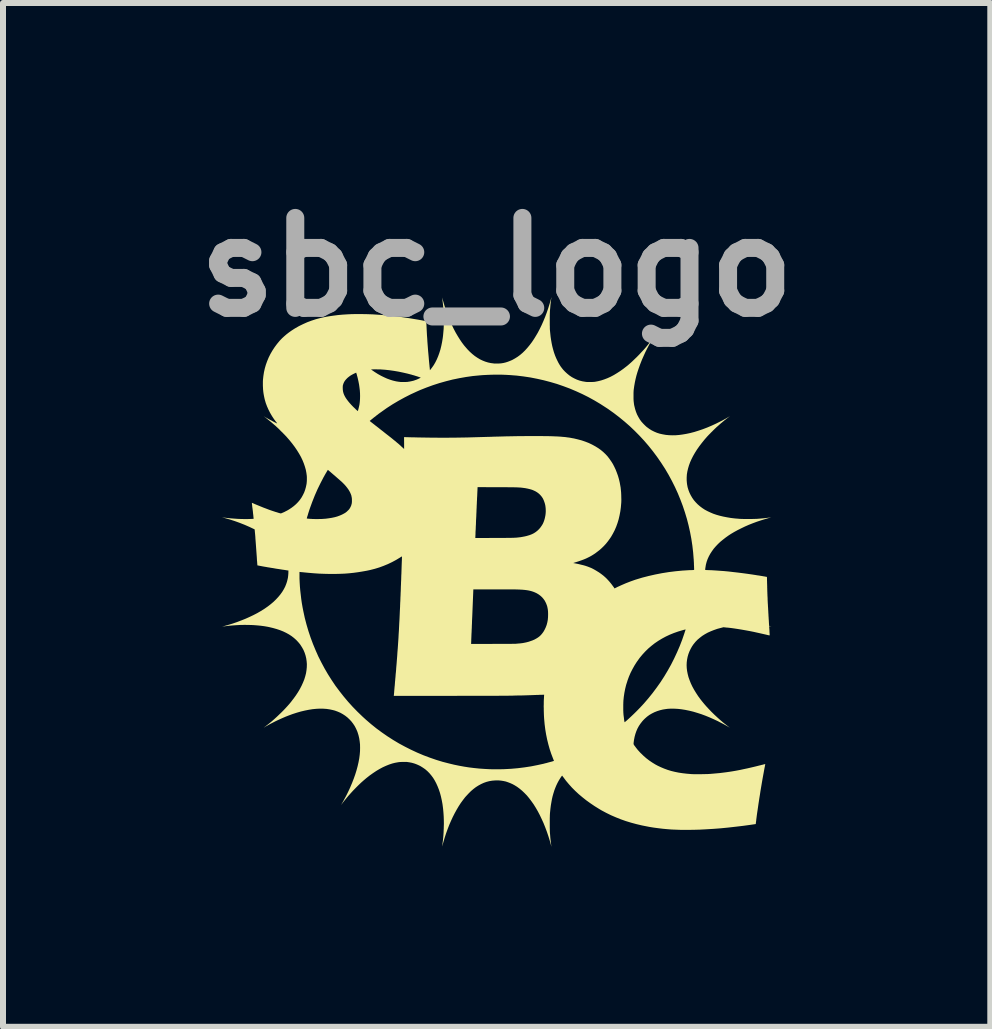
<source format=kicad_pcb>
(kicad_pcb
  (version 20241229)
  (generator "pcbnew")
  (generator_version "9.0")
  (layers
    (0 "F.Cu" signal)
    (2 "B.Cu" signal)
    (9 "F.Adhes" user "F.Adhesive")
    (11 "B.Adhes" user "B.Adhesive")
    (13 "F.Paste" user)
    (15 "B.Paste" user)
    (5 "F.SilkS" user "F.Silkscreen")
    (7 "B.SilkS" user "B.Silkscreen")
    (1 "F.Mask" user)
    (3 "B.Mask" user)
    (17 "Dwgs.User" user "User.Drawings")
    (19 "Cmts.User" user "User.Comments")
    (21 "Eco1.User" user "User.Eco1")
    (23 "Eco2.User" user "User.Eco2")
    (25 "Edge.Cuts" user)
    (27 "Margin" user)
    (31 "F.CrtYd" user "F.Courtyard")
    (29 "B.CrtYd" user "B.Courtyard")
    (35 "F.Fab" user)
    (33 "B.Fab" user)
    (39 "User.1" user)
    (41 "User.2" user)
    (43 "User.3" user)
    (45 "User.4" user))
  (footprint "sbc_logo"
    (layer "F.Cu")
    (at 5.229 6.484)
    (property "Reference" "sbc_logo" (at 0 -5.08 0) (layer "F.Fab") (effects (font (size 1.5 1.5) (thickness 0.3))))
    (attr board_only exclude_from_pos_files exclude_from_bom)
    (fp_poly (pts (xy -3.881 -2.595) (xy -3.882 -2.594) (xy -3.883 -2.595) (xy -3.882 -2.596)) (stroke (width 0) (type solid)) (fill yes) (layer "F.SilkS"))
    (fp_poly (pts (xy -3.881 2.595) (xy -3.882 2.596) (xy -3.883 2.595) (xy -3.882 2.594)) (stroke (width 0) (type solid)) (fill yes) (layer "F.SilkS"))
    (fp_poly (pts (xy 0.914 -4.58) (xy 0.913 -4.579) (xy 0.912 -4.58) (xy 0.913 -4.581)) (stroke (width 0) (type solid)) (fill yes) (layer "F.SilkS"))
    (fp_poly (pts (xy 0.914 4.58) (xy 0.913 4.581) (xy 0.912 4.58) (xy 0.913 4.579)) (stroke (width 0) (type solid)) (fill yes) (layer "F.SilkS"))
    (fp_poly (pts (xy 2.598 -3.884) (xy 2.597 -3.883) (xy 2.596 -3.884) (xy 2.597 -3.885)) (stroke (width 0) (type solid)) (fill yes) (layer "F.SilkS"))
    (fp_poly (pts (xy 4.581 -0.911) (xy 4.58 -0.91) (xy 4.579 -0.91) (xy 4.578 -0.911) (xy 4.578 -0.911) (xy 4.58 -0.911)) (stroke (width 0) (type solid)) (fill yes) (layer "F.SilkS"))
    (fp_poly (pts (xy 4.581 0.911) (xy 4.58 0.912) (xy 4.579 0.912) (xy 4.578 0.911) (xy 4.578 0.911) (xy 4.58 0.91)) (stroke (width 0) (type solid)) (fill yes) (layer "F.SilkS"))
    (fp_poly (pts (xy 0.912 -4.576) (xy 0.912 -4.573) (xy 0.911 -4.567) (xy 0.91 -4.559) (xy 0.908 -4.549) (xy 0.908 -4.547) (xy 0.904 -4.517) (xy 0.9 -4.484) (xy 0.896 -4.449) (xy 0.893 -4.41) (xy 0.889 -4.367) (xy 0.887 -4.342) (xy 0.887 -4.331) (xy 0.886 -4.316) (xy 0.886 -4.299) (xy 0.885 -4.279) (xy 0.885 -4.257) (xy 0.885 -4.233) (xy 0.885 -4.209) (xy 0.885 -4.185) (xy 0.885 -4.16) (xy 0.885 -4.136) (xy 0.885 -4.114) (xy 0.886 -4.093) (xy 0.886 -4.074) (xy 0.886 -4.058) (xy 0.887 -4.045) (xy 0.887 -4.038) (xy 0.893 -3.978) (xy 0.899 -3.921) (xy 0.907 -3.867) (xy 0.916 -3.815) (xy 0.926 -3.766) (xy 0.938 -3.719) (xy 0.951 -3.673) (xy 0.959 -3.648) (xy 0.974 -3.606) (xy 0.991 -3.565) (xy 1.01 -3.525) (xy 1.029 -3.487) (xy 1.05 -3.451) (xy 1.071 -3.419) (xy 1.075 -3.414) (xy 1.106 -3.374) (xy 1.14 -3.338) (xy 1.176 -3.305) (xy 1.213 -3.275) (xy 1.253 -3.248) (xy 1.294 -3.226) (xy 1.337 -3.206) (xy 1.382 -3.19) (xy 1.429 -3.178) (xy 1.477 -3.17) (xy 1.489 -3.168) (xy 1.503 -3.167) (xy 1.519 -3.166) (xy 1.538 -3.166) (xy 1.558 -3.166) (xy 1.578 -3.166) (xy 1.597 -3.167) (xy 1.615 -3.168) (xy 1.63 -3.169) (xy 1.638 -3.17) (xy 1.69 -3.18) (xy 1.742 -3.193) (xy 1.794 -3.21) (xy 1.846 -3.23) (xy 1.899 -3.254) (xy 1.952 -3.282) (xy 2.005 -3.314) (xy 2.059 -3.349) (xy 2.111 -3.386) (xy 2.138 -3.407) (xy 2.164 -3.427) (xy 2.189 -3.447) (xy 2.213 -3.468) (xy 2.237 -3.489) (xy 2.262 -3.512) (xy 2.288 -3.537) (xy 2.316 -3.564) (xy 2.337 -3.584) (xy 2.378 -3.626) (xy 2.415 -3.666) (xy 2.451 -3.704) (xy 2.485 -3.743) (xy 2.517 -3.782) (xy 2.548 -3.821) (xy 2.576 -3.858) (xy 2.583 -3.866) (xy 2.588 -3.873) (xy 2.592 -3.878) (xy 2.594 -3.881) (xy 2.595 -3.881) (xy 2.594 -3.88) (xy 2.591 -3.875) (xy 2.587 -3.868) (xy 2.582 -3.86) (xy 2.577 -3.85) (xy 2.544 -3.792) (xy 2.512 -3.731) (xy 2.48 -3.668) (xy 2.451 -3.604) (xy 2.423 -3.541) (xy 2.398 -3.478) (xy 2.388 -3.452) (xy 2.366 -3.39) (xy 2.346 -3.33) (xy 2.329 -3.272) (xy 2.315 -3.215) (xy 2.303 -3.158) (xy 2.293 -3.101) (xy 2.285 -3.044) (xy 2.284 -3.036) (xy 2.283 -3.025) (xy 2.282 -3.014) (xy 2.282 -3.002) (xy 2.281 -2.988) (xy 2.281 -2.972) (xy 2.281 -2.953) (xy 2.281 -2.932) (xy 2.281 -2.906) (xy 2.281 -2.884) (xy 2.282 -2.864) (xy 2.283 -2.847) (xy 2.285 -2.83) (xy 2.287 -2.814) (xy 2.289 -2.797) (xy 2.292 -2.779) (xy 2.295 -2.767) (xy 2.307 -2.717) (xy 2.322 -2.67) (xy 2.34 -2.625) (xy 2.362 -2.583) (xy 2.386 -2.542) (xy 2.414 -2.504) (xy 2.425 -2.492) (xy 2.435 -2.481) (xy 2.447 -2.468) (xy 2.46 -2.455) (xy 2.474 -2.441) (xy 2.487 -2.429) (xy 2.499 -2.418) (xy 2.506 -2.413) (xy 2.544 -2.385) (xy 2.584 -2.36) (xy 2.626 -2.339) (xy 2.671 -2.32) (xy 2.718 -2.305) (xy 2.768 -2.294) (xy 2.819 -2.285) (xy 2.872 -2.28) (xy 2.928 -2.278) (xy 2.985 -2.279) (xy 3.045 -2.284) (xy 3.096 -2.291) (xy 3.161 -2.302) (xy 3.227 -2.316) (xy 3.296 -2.334) (xy 3.366 -2.356) (xy 3.437 -2.38) (xy 3.51 -2.408) (xy 3.583 -2.439) (xy 3.657 -2.473) (xy 3.709 -2.499) (xy 3.737 -2.513) (xy 3.765 -2.527) (xy 3.792 -2.542) (xy 3.818 -2.556) (xy 3.842 -2.57) (xy 3.864 -2.583) (xy 3.881 -2.593) (xy 3.885 -2.595) (xy 3.885 -2.595) (xy 3.884 -2.594) (xy 3.879 -2.59) (xy 3.872 -2.585) (xy 3.862 -2.577) (xy 3.858 -2.575) (xy 3.829 -2.552) (xy 3.797 -2.527) (xy 3.765 -2.5) (xy 3.732 -2.473) (xy 3.701 -2.445) (xy 3.67 -2.418) (xy 3.665 -2.414) (xy 3.654 -2.403) (xy 3.64 -2.39) (xy 3.625 -2.375) (xy 3.609 -2.36) (xy 3.593 -2.343) (xy 3.576 -2.327) (xy 3.56 -2.31) (xy 3.545 -2.295) (xy 3.531 -2.281) (xy 3.52 -2.269) (xy 3.513 -2.262) (xy 3.464 -2.206) (xy 3.419 -2.15) (xy 3.377 -2.095) (xy 3.339 -2.041) (xy 3.305 -1.987) (xy 3.274 -1.933) (xy 3.247 -1.88) (xy 3.224 -1.828) (xy 3.205 -1.776) (xy 3.19 -1.725) (xy 3.178 -1.674) (xy 3.17 -1.624) (xy 3.167 -1.575) (xy 3.167 -1.527) (xy 3.171 -1.48) (xy 3.174 -1.458) (xy 3.183 -1.411) (xy 3.197 -1.365) (xy 3.214 -1.321) (xy 3.235 -1.278) (xy 3.259 -1.237) (xy 3.286 -1.198) (xy 3.317 -1.162) (xy 3.351 -1.127) (xy 3.388 -1.095) (xy 3.428 -1.065) (xy 3.469 -1.038) (xy 3.514 -1.014) (xy 3.561 -0.992) (xy 3.61 -0.971) (xy 3.663 -0.953) (xy 3.719 -0.937) (xy 3.778 -0.923) (xy 3.84 -0.911) (xy 3.905 -0.9) (xy 3.973 -0.892) (xy 4.046 -0.886) (xy 4.05 -0.885) (xy 4.062 -0.885) (xy 4.077 -0.884) (xy 4.095 -0.884) (xy 4.116 -0.883) (xy 4.138 -0.883) (xy 4.161 -0.883) (xy 4.186 -0.883) (xy 4.21 -0.883) (xy 4.234 -0.883) (xy 4.257 -0.883) (xy 4.278 -0.884) (xy 4.298 -0.884) (xy 4.315 -0.885) (xy 4.329 -0.885) (xy 4.332 -0.885) (xy 4.369 -0.888) (xy 4.404 -0.891) (xy 4.439 -0.894) (xy 4.472 -0.897) (xy 4.502 -0.901) (xy 4.53 -0.904) (xy 4.543 -0.906) (xy 4.553 -0.907) (xy 4.562 -0.909) (xy 4.569 -0.909) (xy 4.573 -0.91) (xy 4.573 -0.91) (xy 4.572 -0.909) (xy 4.568 -0.908) (xy 4.561 -0.906) (xy 4.552 -0.903) (xy 4.542 -0.901) (xy 4.473 -0.881) (xy 4.405 -0.86) (xy 4.336 -0.837) (xy 4.269 -0.812) (xy 4.203 -0.786) (xy 4.139 -0.758) (xy 4.077 -0.728) (xy 4.017 -0.698) (xy 3.96 -0.667) (xy 3.906 -0.635) (xy 3.866 -0.609) (xy 3.817 -0.574) (xy 3.771 -0.538) (xy 3.727 -0.502) (xy 3.687 -0.464) (xy 3.651 -0.426) (xy 3.619 -0.389) (xy 3.588 -0.346) (xy 3.56 -0.303) (xy 3.536 -0.259) (xy 3.516 -0.215) (xy 3.5 -0.17) (xy 3.488 -0.124) (xy 3.486 -0.116) (xy 3.485 -0.107) (xy 3.483 -0.095) (xy 3.481 -0.082) (xy 3.479 -0.07) (xy 3.477 -0.058) (xy 3.476 -0.047) (xy 3.476 -0.04) (xy 3.475 -0.037) (xy 3.476 -0.035) (xy 3.476 -0.034) (xy 3.478 -0.034) (xy 3.481 -0.033) (xy 3.487 -0.033) (xy 3.495 -0.032) (xy 3.506 -0.032) (xy 3.52 -0.031) (xy 3.52 -0.031) (xy 3.583 -0.029) (xy 3.648 -0.025) (xy 3.717 -0.02) (xy 3.789 -0.015) (xy 3.863 -0.008) (xy 3.94 0.001) (xy 4.019 0.01) (xy 4.099 0.02) (xy 4.181 0.031) (xy 4.264 0.043) (xy 4.334 0.054) (xy 4.351 0.057) (xy 4.369 0.059) (xy 4.387 0.062) (xy 4.405 0.065) (xy 4.423 0.068) (xy 4.44 0.071) (xy 4.456 0.074) (xy 4.471 0.076) (xy 4.483 0.079) (xy 4.493 0.08) (xy 4.5 0.082) (xy 4.504 0.083) (xy 4.505 0.083) (xy 4.505 0.085) (xy 4.505 0.09) (xy 4.505 0.099) (xy 4.506 0.111) (xy 4.506 0.126) (xy 4.506 0.143) (xy 4.507 0.162) (xy 4.507 0.182) (xy 4.508 0.204) (xy 4.508 0.21) (xy 4.509 0.237) (xy 4.509 0.261) (xy 4.51 0.281) (xy 4.51 0.3) (xy 4.511 0.316) (xy 4.511 0.331) (xy 4.512 0.345) (xy 4.512 0.359) (xy 4.513 0.373) (xy 4.513 0.387) (xy 4.514 0.403) (xy 4.515 0.421) (xy 4.516 0.441) (xy 4.516 0.458) (xy 4.517 0.477) (xy 4.518 0.499) (xy 4.519 0.522) (xy 4.521 0.547) (xy 4.522 0.573) (xy 4.524 0.599) (xy 4.525 0.626) (xy 4.527 0.654) (xy 4.528 0.681) (xy 4.53 0.708) (xy 4.531 0.735) (xy 4.533 0.76) (xy 4.534 0.784) (xy 4.536 0.807) (xy 4.537 0.828) (xy 4.538 0.847) (xy 4.539 0.863) (xy 4.54 0.877) (xy 4.541 0.888) (xy 4.542 0.895) (xy 4.542 0.899) (xy 4.542 0.9) (xy 4.545 0.901) (xy 4.55 0.902) (xy 4.557 0.905) (xy 4.56 0.905) (xy 4.568 0.907) (xy 4.572 0.909) (xy 4.573 0.909) (xy 4.57 0.909) (xy 4.565 0.909) (xy 4.558 0.908) (xy 4.551 0.907) (xy 4.548 0.907) (xy 4.541 0.905) (xy 4.542 0.918) (xy 4.543 0.927) (xy 4.544 0.939) (xy 4.545 0.952) (xy 4.546 0.966) (xy 4.547 0.981) (xy 4.547 0.996) (xy 4.548 1.01) (xy 4.549 1.024) (xy 4.55 1.036) (xy 4.55 1.046) (xy 4.55 1.053) (xy 4.55 1.057) (xy 4.55 1.058) (xy 4.548 1.057) (xy 4.543 1.056) (xy 4.534 1.055) (xy 4.524 1.053) (xy 4.512 1.05) (xy 4.509 1.049) (xy 4.43 1.031) (xy 4.354 1.014) (xy 4.282 0.998) (xy 4.212 0.984) (xy 4.146 0.972) (xy 4.083 0.961) (xy 4.022 0.951) (xy 3.963 0.942) (xy 3.906 0.934) (xy 3.852 0.928) (xy 3.835 0.927) (xy 3.78 0.921) (xy 3.739 0.932) (xy 3.678 0.948) (xy 3.621 0.968) (xy 3.568 0.989) (xy 3.517 1.012) (xy 3.47 1.038) (xy 3.426 1.066) (xy 3.386 1.097) (xy 3.348 1.129) (xy 3.314 1.164) (xy 3.284 1.201) (xy 3.282 1.203) (xy 3.256 1.241) (xy 3.233 1.282) (xy 3.213 1.324) (xy 3.196 1.368) (xy 3.183 1.413) (xy 3.174 1.458) (xy 3.168 1.505) (xy 3.166 1.553) (xy 3.168 1.601) (xy 3.174 1.651) (xy 3.184 1.701) (xy 3.197 1.752) (xy 3.215 1.803) (xy 3.236 1.856) (xy 3.261 1.909) (xy 3.29 1.962) (xy 3.323 2.016) (xy 3.359 2.071) (xy 3.367 2.082) (xy 3.397 2.123) (xy 3.428 2.162) (xy 3.461 2.202) (xy 3.496 2.242) (xy 3.534 2.283) (xy 3.574 2.325) (xy 3.581 2.332) (xy 3.632 2.382) (xy 3.683 2.429) (xy 3.732 2.473) (xy 3.782 2.515) (xy 3.833 2.555) (xy 3.854 2.571) (xy 3.866 2.58) (xy 3.875 2.587) (xy 3.881 2.592) (xy 3.884 2.594) (xy 3.885 2.595) (xy 3.884 2.595) (xy 3.881 2.593) (xy 3.86 2.58) (xy 3.835 2.566) (xy 3.808 2.551) (xy 3.78 2.535) (xy 3.75 2.52) (xy 3.719 2.504) (xy 3.689 2.488) (xy 3.659 2.474) (xy 3.631 2.461) (xy 3.623 2.457) (xy 3.551 2.425) (xy 3.48 2.396) (xy 3.41 2.37) (xy 3.341 2.348) (xy 3.274 2.328) (xy 3.208 2.312) (xy 3.144 2.299) (xy 3.082 2.289) (xy 3.021 2.282) (xy 2.963 2.279) (xy 2.906 2.278) (xy 2.852 2.281) (xy 2.821 2.285) (xy 2.77 2.293) (xy 2.721 2.305) (xy 2.674 2.32) (xy 2.629 2.338) (xy 2.587 2.359) (xy 2.546 2.383) (xy 2.509 2.41) (xy 2.504 2.414) (xy 2.493 2.424) (xy 2.479 2.436) (xy 2.465 2.449) (xy 2.451 2.463) (xy 2.438 2.477) (xy 2.427 2.489) (xy 2.425 2.492) (xy 2.396 2.529) (xy 2.37 2.568) (xy 2.347 2.61) (xy 2.328 2.654) (xy 2.312 2.7) (xy 2.299 2.748) (xy 2.289 2.799) (xy 2.283 2.844) (xy 2.282 2.853) (xy 2.282 2.86) (xy 2.282 2.865) (xy 2.283 2.87) (xy 2.284 2.876) (xy 2.288 2.881) (xy 2.292 2.888) (xy 2.298 2.897) (xy 2.307 2.908) (xy 2.311 2.914) (xy 2.327 2.935) (xy 2.341 2.953) (xy 2.355 2.97) (xy 2.37 2.986) (xy 2.385 3.003) (xy 2.402 3.021) (xy 2.406 3.024) (xy 2.45 3.067) (xy 2.495 3.106) (xy 2.542 3.142) (xy 2.592 3.176) (xy 2.644 3.208) (xy 2.685 3.23) (xy 2.738 3.255) (xy 2.793 3.278) (xy 2.85 3.299) (xy 2.909 3.317) (xy 2.971 3.332) (xy 3.035 3.345) (xy 3.102 3.355) (xy 3.172 3.363) (xy 3.244 3.369) (xy 3.256 3.37) (xy 3.271 3.37) (xy 3.288 3.371) (xy 3.309 3.371) (xy 3.332 3.371) (xy 3.356 3.371) (xy 3.381 3.371) (xy 3.407 3.371) (xy 3.433 3.37) (xy 3.459 3.37) (xy 3.483 3.369) (xy 3.505 3.369) (xy 3.525 3.368) (xy 3.541 3.367) (xy 3.547 3.367) (xy 3.606 3.362) (xy 3.662 3.357) (xy 3.718 3.352) (xy 3.774 3.345) (xy 3.829 3.338) (xy 3.885 3.33) (xy 3.941 3.321) (xy 3.998 3.311) (xy 4.056 3.3) (xy 4.116 3.287) (xy 4.178 3.274) (xy 4.243 3.259) (xy 4.311 3.243) (xy 4.382 3.225) (xy 4.4 3.221) (xy 4.417 3.216) (xy 4.433 3.213) (xy 4.446 3.209) (xy 4.458 3.206) (xy 4.467 3.204) (xy 4.474 3.203) (xy 4.477 3.202) (xy 4.477 3.202) (xy 4.477 3.204) (xy 4.476 3.21) (xy 4.474 3.218) (xy 4.472 3.229) (xy 4.47 3.242) (xy 4.467 3.256) (xy 4.466 3.26) (xy 4.458 3.303) (xy 4.45 3.348) (xy 4.441 3.396) (xy 4.432 3.446) (xy 4.423 3.498) (xy 4.414 3.551) (xy 4.405 3.604) (xy 4.396 3.658) (xy 4.388 3.712) (xy 4.379 3.766) (xy 4.371 3.819) (xy 4.363 3.871) (xy 4.356 3.921) (xy 4.349 3.969) (xy 4.342 4.015) (xy 4.336 4.058) (xy 4.331 4.098) (xy 4.327 4.128) (xy 4.326 4.143) (xy 4.324 4.157) (xy 4.322 4.169) (xy 4.321 4.18) (xy 4.32 4.188) (xy 4.32 4.191) (xy 4.318 4.202) (xy 4.237 4.214) (xy 4.106 4.232) (xy 3.978 4.247) (xy 3.854 4.261) (xy 3.732 4.273) (xy 3.614 4.282) (xy 3.498 4.289) (xy 3.386 4.295) (xy 3.276 4.298) (xy 3.169 4.299) (xy 3.159 4.299) (xy 3.075 4.299) (xy 2.995 4.296) (xy 2.917 4.293) (xy 2.841 4.287) (xy 2.766 4.28) (xy 2.692 4.271) (xy 2.617 4.261) (xy 2.543 4.249) (xy 2.518 4.244) (xy 2.422 4.225) (xy 2.329 4.203) (xy 2.24 4.179) (xy 2.152 4.152) (xy 2.067 4.122) (xy 1.985 4.089) (xy 1.904 4.054) (xy 1.825 4.015) (xy 1.748 3.974) (xy 1.706 3.949) (xy 1.632 3.903) (xy 1.561 3.855) (xy 1.493 3.806) (xy 1.429 3.755) (xy 1.367 3.703) (xy 1.309 3.649) (xy 1.254 3.594) (xy 1.203 3.537) (xy 1.155 3.48) (xy 1.112 3.422) (xy 1.105 3.414) (xy 1.1 3.406) (xy 1.095 3.4) (xy 1.093 3.396) (xy 1.092 3.395) (xy 1.09 3.396) (xy 1.087 3.399) (xy 1.082 3.405) (xy 1.076 3.413) (xy 1.075 3.414) (xy 1.054 3.446) (xy 1.033 3.481) (xy 1.013 3.518) (xy 0.994 3.558) (xy 0.977 3.599) (xy 0.961 3.641) (xy 0.959 3.648) (xy 0.945 3.693) (xy 0.932 3.739) (xy 0.921 3.787) (xy 0.912 3.838) (xy 0.903 3.89) (xy 0.896 3.945) (xy 0.89 4.004) (xy 0.887 4.038) (xy 0.887 4.049) (xy 0.886 4.063) (xy 0.886 4.081) (xy 0.885 4.101) (xy 0.885 4.122) (xy 0.885 4.145) (xy 0.885 4.17) (xy 0.885 4.194) (xy 0.885 4.219) (xy 0.885 4.243) (xy 0.885 4.265) (xy 0.886 4.287) (xy 0.886 4.306) (xy 0.886 4.322) (xy 0.887 4.336) (xy 0.887 4.342) (xy 0.891 4.387) (xy 0.894 4.428) (xy 0.898 4.465) (xy 0.902 4.499) (xy 0.906 4.531) (xy 0.908 4.547) (xy 0.909 4.557) (xy 0.911 4.566) (xy 0.911 4.572) (xy 0.912 4.576) (xy 0.912 4.576) (xy 0.911 4.575) (xy 0.91 4.571) (xy 0.908 4.564) (xy 0.906 4.555) (xy 0.905 4.551) (xy 0.884 4.476) (xy 0.861 4.402) (xy 0.836 4.328) (xy 0.809 4.256) (xy 0.781 4.186) (xy 0.75 4.118) (xy 0.719 4.053) (xy 0.686 3.99) (xy 0.652 3.931) (xy 0.617 3.875) (xy 0.615 3.872) (xy 0.578 3.82) (xy 0.541 3.771) (xy 0.503 3.725) (xy 0.463 3.684) (xy 0.423 3.646) (xy 0.382 3.612) (xy 0.34 3.581) (xy 0.298 3.555) (xy 0.263 3.536) (xy 0.225 3.519) (xy 0.188 3.505) (xy 0.153 3.493) (xy 0.116 3.485) (xy 0.08 3.479) (xy 0.041 3.475) (xy 0.019 3.474) (xy -0.029 3.475) (xy -0.077 3.479) (xy -0.124 3.487) (xy -0.17 3.499) (xy -0.215 3.515) (xy -0.259 3.535) (xy -0.303 3.559) (xy -0.346 3.586) (xy -0.388 3.618) (xy -0.429 3.653) (xy -0.469 3.693) (xy -0.509 3.736) (xy -0.527 3.756) (xy -0.563 3.803) (xy -0.599 3.852) (xy -0.634 3.906) (xy -0.667 3.962) (xy -0.7 4.022) (xy -0.732 4.085) (xy -0.762 4.15) (xy -0.791 4.217) (xy -0.818 4.287) (xy -0.844 4.359) (xy -0.868 4.433) (xy -0.89 4.508) (xy -0.901 4.547) (xy -0.904 4.557) (xy -0.906 4.566) (xy -0.908 4.571) (xy -0.909 4.574) (xy -0.909 4.573) (xy -0.904 4.535) (xy -0.899 4.499) (xy -0.895 4.466) (xy -0.892 4.434) (xy -0.889 4.404) (xy -0.887 4.373) (xy -0.885 4.342) (xy -0.884 4.31) (xy -0.882 4.275) (xy -0.882 4.257) (xy -0.88 4.197) (xy -0.881 4.137) (xy -0.883 4.076) (xy -0.887 4.016) (xy -0.892 3.959) (xy -0.894 3.94) (xy -0.903 3.871) (xy -0.915 3.806) (xy -0.929 3.743) (xy -0.945 3.683) (xy -0.964 3.626) (xy -0.985 3.573) (xy -1.008 3.522) (xy -1.033 3.475) (xy -1.06 3.431) (xy -1.09 3.391) (xy -1.122 3.353) (xy -1.156 3.319) (xy -1.192 3.288) (xy -1.231 3.261) (xy -1.271 3.236) (xy -1.291 3.226) (xy -1.317 3.214) (xy -1.341 3.204) (xy -1.365 3.195) (xy -1.388 3.188) (xy -1.413 3.181) (xy -1.433 3.177) (xy -1.454 3.173) (xy -1.475 3.17) (xy -1.495 3.167) (xy -1.517 3.166) (xy -1.541 3.166) (xy -1.565 3.166) (xy -1.588 3.167) (xy -1.608 3.168) (xy -1.626 3.169) (xy -1.644 3.172) (xy -1.662 3.175) (xy -1.682 3.179) (xy -1.691 3.18) (xy -1.742 3.193) (xy -1.793 3.21) (xy -1.845 3.231) (xy -1.898 3.255) (xy -1.952 3.284) (xy -2.006 3.316) (xy -2.06 3.352) (xy -2.115 3.391) (xy -2.17 3.434) (xy -2.216 3.473) (xy -2.259 3.511) (xy -2.302 3.552) (xy -2.346 3.596) (xy -2.39 3.641) (xy -2.433 3.688) (xy -2.475 3.735) (xy -2.514 3.782) (xy -2.552 3.829) (xy -2.574 3.858) (xy -2.581 3.867) (xy -2.586 3.874) (xy -2.59 3.88) (xy -2.593 3.883) (xy -2.593 3.883) (xy -2.593 3.884) (xy -2.593 3.883) (xy -2.592 3.881) (xy -2.59 3.878) (xy -2.587 3.872) (xy -2.583 3.865) (xy -2.577 3.855) (xy -2.569 3.842) (xy -2.568 3.838) (xy -2.55 3.808) (xy -2.532 3.774) (xy -2.513 3.739) (xy -2.494 3.702) (xy -2.476 3.665) (xy -2.459 3.629) (xy -2.443 3.594) (xy -2.441 3.589) (xy -2.41 3.516) (xy -2.382 3.444) (xy -2.357 3.373) (xy -2.336 3.305) (xy -2.318 3.238) (xy -2.303 3.172) (xy -2.291 3.109) (xy -2.283 3.047) (xy -2.278 2.988) (xy -2.277 2.93) (xy -2.278 2.874) (xy -2.284 2.82) (xy -2.292 2.769) (xy -2.304 2.719) (xy -2.319 2.671) (xy -2.325 2.655) (xy -2.345 2.61) (xy -2.367 2.568) (xy -2.393 2.529) (xy -2.422 2.491) (xy -2.454 2.457) (xy -2.488 2.425) (xy -2.525 2.396) (xy -2.565 2.37) (xy -2.606 2.347) (xy -2.65 2.328) (xy -2.696 2.311) (xy -2.73 2.302) (xy -2.781 2.291) (xy -2.834 2.283) (xy -2.89 2.279) (xy -2.947 2.278) (xy -3.006 2.281) (xy -3.068 2.287) (xy -3.131 2.297) (xy -3.196 2.31) (xy -3.264 2.326) (xy -3.333 2.346) (xy -3.404 2.369) (xy -3.474 2.395) (xy -3.515 2.411) (xy -3.557 2.429) (xy -3.6 2.448) (xy -3.644 2.468) (xy -3.688 2.489) (xy -3.731 2.511) (xy -3.772 2.532) (xy -3.811 2.554) (xy -3.847 2.574) (xy -3.858 2.581) (xy -3.867 2.587) (xy -3.874 2.59) (xy -3.878 2.593) (xy -3.879 2.593) (xy -3.877 2.591) (xy -3.872 2.587) (xy -3.864 2.581) (xy -3.853 2.573) (xy -3.85 2.57) (xy -3.802 2.533) (xy -3.754 2.494) (xy -3.707 2.453) (xy -3.66 2.41) (xy -3.612 2.364) (xy -3.594 2.347) (xy -3.556 2.309) (xy -3.521 2.272) (xy -3.488 2.236) (xy -3.457 2.201) (xy -3.428 2.166) (xy -3.4 2.129) (xy -3.388 2.114) (xy -3.348 2.059) (xy -3.312 2.004) (xy -3.28 1.95) (xy -3.252 1.896) (xy -3.228 1.843) (xy -3.207 1.791) (xy -3.191 1.739) (xy -3.178 1.688) (xy -3.17 1.637) (xy -3.165 1.587) (xy -3.164 1.538) (xy -3.164 1.534) (xy -3.168 1.485) (xy -3.175 1.438) (xy -3.186 1.392) (xy -3.201 1.346) (xy -3.219 1.303) (xy -3.242 1.261) (xy -3.268 1.22) (xy -3.278 1.205) (xy -3.309 1.168) (xy -3.342 1.133) (xy -3.379 1.1) (xy -3.419 1.069) (xy -3.462 1.041) (xy -3.509 1.015) (xy -3.559 0.991) (xy -3.612 0.97) (xy -3.669 0.951) (xy -3.729 0.934) (xy -3.792 0.919) (xy -3.816 0.914) (xy -3.873 0.904) (xy -3.934 0.896) (xy -3.997 0.89) (xy -4.063 0.885) (xy -4.131 0.883) (xy -4.2 0.882) (xy -4.27 0.883) (xy -4.341 0.887) (xy -4.411 0.892) (xy -4.457 0.896) (xy -4.472 0.898) (xy -4.488 0.899) (xy -4.506 0.902) (xy -4.524 0.904) (xy -4.541 0.906) (xy -4.557 0.908) (xy -4.57 0.91) (xy -4.575 0.911) (xy -4.576 0.911) (xy -4.573 0.91) (xy -4.567 0.908) (xy -4.559 0.906) (xy -4.551 0.904) (xy -4.476 0.883) (xy -4.401 0.86) (xy -4.328 0.835) (xy -4.257 0.808) (xy -4.187 0.78) (xy -4.12 0.75) (xy -4.055 0.719) (xy -3.993 0.687) (xy -3.934 0.653) (xy -3.879 0.619) (xy -3.867 0.611) (xy -3.814 0.574) (xy -3.765 0.536) (xy -3.719 0.497) (xy -3.678 0.457) (xy -3.64 0.416) (xy -3.606 0.375) (xy -3.575 0.332) (xy -3.549 0.289) (xy -3.526 0.245) (xy -3.508 0.2) (xy -3.495 0.161) (xy -3.487 0.129) (xy -3.48 0.098) (xy -3.476 0.066) (xy -3.473 0.032) (xy -3.472 0.014) (xy -3.472 -0.001) (xy -3.287 -0.001) (xy -3.287 0.048) (xy -3.287 0.11) (xy -3.284 0.175) (xy -3.28 0.241) (xy -3.274 0.31) (xy -3.266 0.379) (xy -3.258 0.449) (xy -3.248 0.518) (xy -3.236 0.587) (xy -3.223 0.653) (xy -3.199 0.765) (xy -3.17 0.876) (xy -3.138 0.985) (xy -3.102 1.093) (xy -3.062 1.2) (xy -3.019 1.304) (xy -2.973 1.408) (xy -2.922 1.509) (xy -2.869 1.608) (xy -2.812 1.706) (xy -2.751 1.802) (xy -2.688 1.896) (xy -2.62 1.987) (xy -2.55 2.076) (xy -2.477 2.163) (xy -2.4 2.248) (xy -2.32 2.33) (xy -2.237 2.41) (xy -2.18 2.462) (xy -2.094 2.536) (xy -2.006 2.607) (xy -1.915 2.674) (xy -1.821 2.739) (xy -1.726 2.8) (xy -1.629 2.858) (xy -1.529 2.912) (xy -1.428 2.963) (xy -1.325 3.011) (xy -1.221 3.055) (xy -1.115 3.095) (xy -1.008 3.132) (xy -0.9 3.165) (xy -0.791 3.193) (xy -0.708 3.213) (xy -0.625 3.23) (xy -0.543 3.245) (xy -0.46 3.258) (xy -0.377 3.268) (xy -0.291 3.277) (xy -0.203 3.283) (xy -0.113 3.288) (xy -0.105 3.288) (xy -0.094 3.288) (xy -0.08 3.289) (xy -0.063 3.289) (xy -0.044 3.289) (xy -0.023 3.289) (xy -0.001 3.289) (xy 0.021 3.289) (xy 0.043 3.289) (xy 0.064 3.289) (xy 0.083 3.288) (xy 0.101 3.288) (xy 0.115 3.288) (xy 0.125 3.287) (xy 0.239 3.281) (xy 0.352 3.271) (xy 0.464 3.257) (xy 0.575 3.24) (xy 0.685 3.218) (xy 0.785 3.196) (xy 0.806 3.19) (xy 0.829 3.185) (xy 0.852 3.178) (xy 0.875 3.172) (xy 0.897 3.166) (xy 0.917 3.161) (xy 0.934 3.156) (xy 0.942 3.153) (xy 0.955 3.149) (xy 0.938 3.106) (xy 0.909 3.03) (xy 0.883 2.952) (xy 0.861 2.873) (xy 0.841 2.792) (xy 0.824 2.709) (xy 0.81 2.624) (xy 0.799 2.537) (xy 0.791 2.447) (xy 0.788 2.398) (xy 0.787 2.37) (xy 0.786 2.339) (xy 0.785 2.306) (xy 0.785 2.271) (xy 0.784 2.249) (xy 2.11 2.249) (xy 2.11 2.27) (xy 2.11 2.291) (xy 2.11 2.311) (xy 2.111 2.328) (xy 2.111 2.342) (xy 2.112 2.348) (xy 2.113 2.368) (xy 2.115 2.389) (xy 2.118 2.412) (xy 2.121 2.434) (xy 2.123 2.455) (xy 2.126 2.475) (xy 2.129 2.492) (xy 2.131 2.5) (xy 2.131 2.502) (xy 2.132 2.504) (xy 2.133 2.504) (xy 2.135 2.503) (xy 2.138 2.501) (xy 2.143 2.497) (xy 2.15 2.491) (xy 2.16 2.482) (xy 2.161 2.482) (xy 2.201 2.446) (xy 2.243 2.407) (xy 2.285 2.367) (xy 2.328 2.325) (xy 2.369 2.283) (xy 2.409 2.241) (xy 2.447 2.2) (xy 2.45 2.197) (xy 2.525 2.11) (xy 2.597 2.021) (xy 2.665 1.93) (xy 2.731 1.837) (xy 2.793 1.741) (xy 2.851 1.644) (xy 2.907 1.544) (xy 2.958 1.443) (xy 3.006 1.34) (xy 3.051 1.236) (xy 3.092 1.13) (xy 3.129 1.022) (xy 3.129 1.022) (xy 3.133 1.009) (xy 3.137 0.996) (xy 3.141 0.985) (xy 3.144 0.976) (xy 3.146 0.97) (xy 3.146 0.968) (xy 3.149 0.958) (xy 3.143 0.959) (xy 3.139 0.96) (xy 3.132 0.962) (xy 3.123 0.964) (xy 3.111 0.967) (xy 3.099 0.971) (xy 3.097 0.971) (xy 3.024 0.993) (xy 2.953 1.018) (xy 2.884 1.046) (xy 2.818 1.077) (xy 2.755 1.111) (xy 2.694 1.148) (xy 2.635 1.188) (xy 2.58 1.231) (xy 2.527 1.276) (xy 2.477 1.325) (xy 2.43 1.376) (xy 2.385 1.43) (xy 2.344 1.487) (xy 2.334 1.501) (xy 2.296 1.561) (xy 2.262 1.622) (xy 2.231 1.683) (xy 2.204 1.746) (xy 2.18 1.812) (xy 2.179 1.817) (xy 2.158 1.882) (xy 2.142 1.947) (xy 2.129 2.013) (xy 2.119 2.08) (xy 2.112 2.149) (xy 2.112 2.158) (xy 2.111 2.172) (xy 2.111 2.188) (xy 2.11 2.207) (xy 2.11 2.228) (xy 2.11 2.249) (xy 0.784 2.249) (xy 0.784 2.236) (xy 0.785 2.201) (xy 0.785 2.166) (xy 0.786 2.133) (xy 0.788 2.103) (xy 0.789 2.075) (xy 0.79 2.067) (xy 0.79 2.058) (xy 0.791 2.051) (xy 0.791 2.047) (xy 0.791 2.046) (xy 0.789 2.046) (xy 0.783 2.046) (xy 0.774 2.046) (xy 0.763 2.047) (xy 0.749 2.047) (xy 0.734 2.048) (xy 0.717 2.048) (xy 0.713 2.048) (xy 0.687 2.05) (xy 0.661 2.05) (xy 0.636 2.051) (xy 0.609 2.052) (xy 0.583 2.053) (xy 0.555 2.054) (xy 0.525 2.055) (xy 0.494 2.056) (xy 0.461 2.057) (xy 0.426 2.058) (xy 0.387 2.058) (xy 0.347 2.059) (xy 0.302 2.06) (xy 0.255 2.062) (xy 0.232 2.062) (xy 0.221 2.062) (xy 0.206 2.062) (xy 0.189 2.063) (xy 0.169 2.063) (xy 0.145 2.063) (xy 0.119 2.063) (xy 0.09 2.063) (xy 0.057 2.063) (xy 0.021 2.064) (xy -0.018 2.064) (xy -0.061 2.064) (xy -0.107 2.064) (xy -0.156 2.064) (xy -0.209 2.064) (xy -0.266 2.064) (xy -0.326 2.064) (xy -0.39 2.064) (xy -0.457 2.064) (xy -0.529 2.064) (xy -0.604 2.064) (xy -0.683 2.065) (xy -0.766 2.065) (xy -0.795 2.065) (xy -1.715 2.065) (xy -1.714 2.059) (xy -1.714 2.055) (xy -1.713 2.047) (xy -1.712 2.037) (xy -1.711 2.023) (xy -1.709 2.006) (xy -1.708 1.987) (xy -1.706 1.965) (xy -1.704 1.942) (xy -1.702 1.917) (xy -1.699 1.891) (xy -1.697 1.864) (xy -1.695 1.836) (xy -1.692 1.808) (xy -1.69 1.78) (xy -1.687 1.752) (xy -1.685 1.724) (xy -1.683 1.698) (xy -1.68 1.672) (xy -1.678 1.648) (xy -1.676 1.626) (xy -1.675 1.605) (xy -1.674 1.594) (xy -1.668 1.526) (xy -1.663 1.46) (xy -1.658 1.397) (xy -1.654 1.335) (xy -1.649 1.275) (xy -1.645 1.216) (xy -1.644 1.2) (xy -0.426 1.2) (xy -0.062 1.199) (xy -0.01 1.199) (xy 0.039 1.199) (xy 0.084 1.199) (xy 0.125 1.199) (xy 0.163 1.198) (xy 0.196 1.198) (xy 0.226 1.198) (xy 0.251 1.198) (xy 0.274 1.197) (xy 0.292 1.197) (xy 0.307 1.197) (xy 0.318 1.197) (xy 0.326 1.196) (xy 0.328 1.196) (xy 0.359 1.193) (xy 0.387 1.191) (xy 0.412 1.188) (xy 0.435 1.185) (xy 0.456 1.181) (xy 0.476 1.177) (xy 0.495 1.173) (xy 0.514 1.168) (xy 0.533 1.163) (xy 0.554 1.156) (xy 0.556 1.155) (xy 0.594 1.142) (xy 0.629 1.127) (xy 0.66 1.11) (xy 0.689 1.092) (xy 0.715 1.072) (xy 0.738 1.05) (xy 0.759 1.025) (xy 0.779 0.998) (xy 0.796 0.968) (xy 0.8 0.961) (xy 0.818 0.923) (xy 0.833 0.883) (xy 0.844 0.841) (xy 0.852 0.798) (xy 0.856 0.753) (xy 0.857 0.706) (xy 0.857 0.695) (xy 0.856 0.661) (xy 0.853 0.629) (xy 0.848 0.601) (xy 0.842 0.573) (xy 0.833 0.547) (xy 0.823 0.521) (xy 0.818 0.511) (xy 0.801 0.478) (xy 0.78 0.449) (xy 0.757 0.422) (xy 0.731 0.398) (xy 0.702 0.376) (xy 0.669 0.356) (xy 0.657 0.35) (xy 0.633 0.339) (xy 0.61 0.33) (xy 0.586 0.322) (xy 0.561 0.315) (xy 0.534 0.309) (xy 0.505 0.304) (xy 0.473 0.3) (xy 0.442 0.297) (xy 0.431 0.296) (xy 0.42 0.295) (xy 0.408 0.295) (xy 0.395 0.294) (xy 0.381 0.293) (xy 0.367 0.293) (xy 0.35 0.292) (xy 0.333 0.292) (xy 0.314 0.291) (xy 0.292 0.291) (xy 0.269 0.291) (xy 0.243 0.291) (xy 0.215 0.29) (xy 0.184 0.29) (xy 0.151 0.29) (xy 0.114 0.29) (xy 0.074 0.29) (xy 0.03 0.29) (xy -0.017 0.29) (xy -0.052 0.29) (xy -0.389 0.291) (xy -0.407 0.734) (xy -0.409 0.776) (xy -0.411 0.817) (xy -0.412 0.857) (xy -0.414 0.895) (xy -0.415 0.932) (xy -0.417 0.967) (xy -0.418 1.001) (xy -0.42 1.032) (xy -0.421 1.061) (xy -0.422 1.087) (xy -0.423 1.111) (xy -0.424 1.132) (xy -0.424 1.15) (xy -0.425 1.165) (xy -0.425 1.176) (xy -0.426 1.184) (xy -0.426 1.188) (xy -0.426 1.188) (xy -0.426 1.2) (xy -1.644 1.2) (xy -1.641 1.157) (xy -1.637 1.099) (xy -1.634 1.039) (xy -1.63 0.979) (xy -1.627 0.918) (xy -1.624 0.855) (xy -1.62 0.79) (xy -1.617 0.722) (xy -1.614 0.651) (xy -1.61 0.577) (xy -1.61 0.567) (xy -1.609 0.542) (xy -1.608 0.514) (xy -1.606 0.485) (xy -1.605 0.454) (xy -1.604 0.422) (xy -1.602 0.388) (xy -1.601 0.353) (xy -1.599 0.317) (xy -1.598 0.28) (xy -1.597 0.243) (xy -1.595 0.206) (xy -1.594 0.169) (xy -1.592 0.132) (xy -1.591 0.095) (xy -1.59 0.059) (xy -1.588 0.024) (xy -1.587 -0.01) (xy -1.586 -0.043) (xy -1.585 -0.074) (xy -1.584 -0.104) (xy -1.583 -0.132) (xy -1.582 -0.157) (xy -1.581 -0.181) (xy -1.58 -0.201) (xy -1.58 -0.219) (xy -1.579 -0.234) (xy -1.579 -0.246) (xy -1.579 -0.254) (xy -1.579 -0.259) (xy -1.579 -0.26) (xy -1.581 -0.259) (xy -1.585 -0.256) (xy -1.592 -0.252) (xy -1.601 -0.247) (xy -1.61 -0.241) (xy -1.676 -0.201) (xy -1.743 -0.165) (xy -1.812 -0.132) (xy -1.882 -0.103) (xy -1.955 -0.076) (xy -2.03 -0.053) (xy -2.108 -0.033) (xy -2.164 -0.021) (xy -2.237 -0.008) (xy -2.311 0.004) (xy -2.385 0.014) (xy -2.461 0.022) (xy -2.538 0.028) (xy -2.617 0.031) (xy -2.698 0.033) (xy -2.781 0.033) (xy -2.866 0.031) (xy -2.954 0.028) (xy -3.044 0.022) (xy -3.138 0.014) (xy -3.212 0.007) (xy -3.227 0.005) (xy -3.241 0.004) (xy -3.253 0.003) (xy -3.264 0.002) (xy -3.271 0.001) (xy -3.274 0.001) (xy -3.287 -0.001) (xy -3.472 -0.001) (xy -3.471 -0.024) (xy -3.477 -0.025) (xy -3.481 -0.025) (xy -3.488 -0.026) (xy -3.497 -0.028) (xy -3.508 -0.029) (xy -3.512 -0.03) (xy -3.531 -0.033) (xy -3.551 -0.036) (xy -3.574 -0.039) (xy -3.598 -0.043) (xy -3.623 -0.047) (xy -3.65 -0.051) (xy -3.677 -0.055) (xy -3.705 -0.06) (xy -3.733 -0.065) (xy -3.761 -0.069) (xy -3.789 -0.074) (xy -3.816 -0.078) (xy -3.842 -0.083) (xy -3.866 -0.087) (xy -3.89 -0.091) (xy -3.911 -0.095) (xy -3.931 -0.099) (xy -3.948 -0.102) (xy -3.962 -0.105) (xy -3.974 -0.107) (xy -3.982 -0.109) (xy -3.987 -0.11) (xy -3.989 -0.11) (xy -3.989 -0.113) (xy -3.989 -0.118) (xy -3.99 -0.127) (xy -3.991 -0.139) (xy -3.992 -0.153) (xy -3.993 -0.169) (xy -3.995 -0.187) (xy -3.996 -0.201) (xy -3.998 -0.24) (xy -4.001 -0.28) (xy -4.004 -0.321) (xy -4.007 -0.363) (xy -4.01 -0.404) (xy -4.013 -0.446) (xy -4.016 -0.487) (xy -4.019 -0.526) (xy -4.022 -0.564) (xy -4.022 -0.571) (xy -0.356 -0.571) (xy -0.356 -0.566) (xy -0.053 -0.567) (xy -0.013 -0.567) (xy 0.025 -0.567) (xy 0.062 -0.567) (xy 0.097 -0.567) (xy 0.129 -0.567) (xy 0.159 -0.568) (xy 0.187 -0.568) (xy 0.211 -0.568) (xy 0.233 -0.568) (xy 0.251 -0.569) (xy 0.266 -0.569) (xy 0.278 -0.569) (xy 0.285 -0.57) (xy 0.286 -0.57) (xy 0.327 -0.572) (xy 0.365 -0.576) (xy 0.4 -0.58) (xy 0.433 -0.586) (xy 0.465 -0.592) (xy 0.496 -0.599) (xy 0.527 -0.608) (xy 0.55 -0.615) (xy 0.586 -0.629) (xy 0.62 -0.646) (xy 0.651 -0.666) (xy 0.68 -0.689) (xy 0.707 -0.715) (xy 0.732 -0.745) (xy 0.736 -0.751) (xy 0.754 -0.777) (xy 0.77 -0.804) (xy 0.783 -0.834) (xy 0.794 -0.865) (xy 0.802 -0.894) (xy 0.808 -0.922) (xy 0.813 -0.948) (xy 0.816 -0.975) (xy 0.818 -1.002) (xy 0.818 -1.024) (xy 0.817 -1.056) (xy 0.814 -1.085) (xy 0.81 -1.113) (xy 0.803 -1.141) (xy 0.795 -1.166) (xy 0.783 -1.198) (xy 0.769 -1.227) (xy 0.752 -1.253) (xy 0.732 -1.277) (xy 0.721 -1.289) (xy 0.699 -1.309) (xy 0.675 -1.327) (xy 0.649 -1.343) (xy 0.62 -1.357) (xy 0.589 -1.37) (xy 0.555 -1.38) (xy 0.518 -1.389) (xy 0.477 -1.397) (xy 0.433 -1.403) (xy 0.416 -1.405) (xy 0.406 -1.406) (xy 0.397 -1.407) (xy 0.388 -1.407) (xy 0.378 -1.408) (xy 0.369 -1.409) (xy 0.36 -1.409) (xy 0.349 -1.41) (xy 0.338 -1.41) (xy 0.326 -1.411) (xy 0.313 -1.411) (xy 0.298 -1.411) (xy 0.281 -1.412) (xy 0.263 -1.412) (xy 0.242 -1.412) (xy 0.219 -1.412) (xy 0.194 -1.412) (xy 0.165 -1.413) (xy 0.134 -1.413) (xy 0.099 -1.413) (xy 0.061 -1.413) (xy 0.019 -1.413) (xy 0.004 -1.413) (xy -0.318 -1.414) (xy -0.319 -1.403) (xy -0.319 -1.401) (xy -0.319 -1.394) (xy -0.32 -1.384) (xy -0.32 -1.37) (xy -0.321 -1.354) (xy -0.322 -1.334) (xy -0.323 -1.312) (xy -0.324 -1.288) (xy -0.325 -1.262) (xy -0.327 -1.233) (xy -0.328 -1.203) (xy -0.33 -1.171) (xy -0.331 -1.139) (xy -0.333 -1.105) (xy -0.334 -1.07) (xy -0.336 -1.035) (xy -0.337 -1) (xy -0.339 -0.964) (xy -0.34 -0.929) (xy -0.342 -0.894) (xy -0.344 -0.859) (xy -0.345 -0.826) (xy -0.346 -0.793) (xy -0.348 -0.762) (xy -0.349 -0.732) (xy -0.35 -0.705) (xy -0.352 -0.679) (xy -0.353 -0.655) (xy -0.353 -0.634) (xy -0.354 -0.615) (xy -0.355 -0.6) (xy -0.355 -0.587) (xy -0.356 -0.578) (xy -0.356 -0.573) (xy -0.356 -0.571) (xy -4.022 -0.571) (xy -4.024 -0.599) (xy -4.027 -0.632) (xy -4.03 -0.662) (xy -4.032 -0.684) (xy -4.034 -0.709) (xy -4.047 -0.716) (xy -4.123 -0.752) (xy -4.201 -0.786) (xy -4.282 -0.818) (xy -4.365 -0.848) (xy -4.449 -0.875) (xy -4.533 -0.899) (xy -4.551 -0.904) (xy -4.561 -0.906) (xy -4.569 -0.909) (xy -4.574 -0.91) (xy -4.576 -0.911) (xy -4.575 -0.911) (xy -4.528 -0.904) (xy -4.477 -0.898) (xy -4.424 -0.893) (xy -4.37 -0.889) (xy -4.315 -0.885) (xy -4.26 -0.883) (xy -4.207 -0.882) (xy -4.183 -0.882) (xy -4.165 -0.882) (xy -4.146 -0.882) (xy -4.128 -0.883) (xy -4.11 -0.883) (xy -4.095 -0.884) (xy -4.081 -0.884) (xy -4.069 -0.885) (xy -4.06 -0.885) (xy -4.054 -0.886) (xy -4.052 -0.887) (xy -4.052 -0.889) (xy -4.052 -0.891) (xy -3.165 -0.891) (xy -3.163 -0.891) (xy -3.158 -0.89) (xy -3.15 -0.889) (xy -3.139 -0.888) (xy -3.128 -0.887) (xy -3.116 -0.886) (xy -3.103 -0.885) (xy -3.091 -0.885) (xy -3.081 -0.884) (xy -3.072 -0.883) (xy -3.071 -0.883) (xy -3.06 -0.883) (xy -3.045 -0.883) (xy -3.029 -0.882) (xy -3.011 -0.882) (xy -2.991 -0.882) (xy -2.972 -0.882) (xy -2.953 -0.883) (xy -2.936 -0.883) (xy -2.92 -0.883) (xy -2.908 -0.884) (xy -2.904 -0.884) (xy -2.849 -0.888) (xy -2.797 -0.895) (xy -2.747 -0.903) (xy -2.7 -0.913) (xy -2.657 -0.925) (xy -2.616 -0.94) (xy -2.579 -0.956) (xy -2.545 -0.974) (xy -2.524 -0.986) (xy -2.512 -0.995) (xy -2.498 -1.006) (xy -2.485 -1.019) (xy -2.472 -1.031) (xy -2.461 -1.043) (xy -2.453 -1.054) (xy -2.452 -1.055) (xy -2.437 -1.081) (xy -2.425 -1.108) (xy -2.417 -1.138) (xy -2.416 -1.14) (xy -2.415 -1.149) (xy -2.414 -1.158) (xy -2.413 -1.169) (xy -2.413 -1.183) (xy -2.413 -1.192) (xy -2.413 -1.215) (xy -2.415 -1.236) (xy -2.419 -1.256) (xy -2.423 -1.276) (xy -2.429 -1.292) (xy -2.44 -1.319) (xy -2.454 -1.346) (xy -2.471 -1.374) (xy -2.492 -1.403) (xy -2.515 -1.432) (xy -2.541 -1.461) (xy -2.569 -1.489) (xy -2.575 -1.495) (xy -2.58 -1.5) (xy -2.588 -1.507) (xy -2.598 -1.516) (xy -2.61 -1.526) (xy -2.623 -1.538) (xy -2.638 -1.551) (xy -2.653 -1.564) (xy -2.669 -1.578) (xy -2.686 -1.593) (xy -2.702 -1.607) (xy -2.719 -1.621) (xy -2.735 -1.635) (xy -2.75 -1.648) (xy -2.764 -1.66) (xy -2.777 -1.672) (xy -2.789 -1.681) (xy -2.798 -1.689) (xy -2.806 -1.696) (xy -2.811 -1.7) (xy -2.813 -1.702) (xy -2.813 -1.702) (xy -2.815 -1.7) (xy -2.818 -1.695) (xy -2.823 -1.688) (xy -2.829 -1.678) (xy -2.836 -1.666) (xy -2.843 -1.653) (xy -2.852 -1.639) (xy -2.86 -1.624) (xy -2.869 -1.609) (xy -2.877 -1.593) (xy -2.883 -1.584) (xy -2.936 -1.482) (xy -2.986 -1.38) (xy -3.032 -1.275) (xy -3.074 -1.169) (xy -3.113 -1.062) (xy -3.122 -1.036) (xy -3.128 -1.017) (xy -3.134 -0.998) (xy -3.14 -0.98) (xy -3.145 -0.962) (xy -3.15 -0.945) (xy -3.155 -0.93) (xy -3.159 -0.917) (xy -3.162 -0.906) (xy -3.164 -0.898) (xy -3.165 -0.893) (xy -3.165 -0.891) (xy -4.052 -0.891) (xy -4.052 -0.895) (xy -4.053 -0.904) (xy -4.054 -0.916) (xy -4.056 -0.931) (xy -4.057 -0.948) (xy -4.06 -0.968) (xy -4.062 -0.989) (xy -4.064 -1.011) (xy -4.067 -1.034) (xy -4.07 -1.058) (xy -4.073 -1.079) (xy -4.075 -1.095) (xy -4.076 -1.11) (xy -4.078 -1.124) (xy -4.079 -1.135) (xy -4.08 -1.144) (xy -4.081 -1.15) (xy -4.081 -1.152) (xy -4.079 -1.152) (xy -4.074 -1.15) (xy -4.066 -1.147) (xy -4.056 -1.143) (xy -4.045 -1.138) (xy -4.032 -1.132) (xy -3.986 -1.113) (xy -3.937 -1.093) (xy -3.888 -1.073) (xy -3.84 -1.055) (xy -3.793 -1.037) (xy -3.747 -1.021) (xy -3.723 -1.013) (xy -3.705 -1.007) (xy -3.687 -1.001) (xy -3.669 -0.996) (xy -3.653 -0.991) (xy -3.638 -0.986) (xy -3.624 -0.982) (xy -3.613 -0.979) (xy -3.605 -0.977) (xy -3.6 -0.976) (xy -3.599 -0.976) (xy -3.595 -0.977) (xy -3.587 -0.979) (xy -3.576 -0.984) (xy -3.564 -0.989) (xy -3.55 -0.995) (xy -3.535 -1.002) (xy -3.52 -1.01) (xy -3.504 -1.018) (xy -3.489 -1.026) (xy -3.475 -1.034) (xy -3.465 -1.04) (xy -3.422 -1.068) (xy -3.382 -1.098) (xy -3.345 -1.13) (xy -3.311 -1.165) (xy -3.28 -1.202) (xy -3.253 -1.241) (xy -3.23 -1.282) (xy -3.209 -1.325) (xy -3.193 -1.369) (xy -3.18 -1.415) (xy -3.17 -1.463) (xy -3.169 -1.467) (xy -3.167 -1.487) (xy -3.165 -1.509) (xy -3.164 -1.532) (xy -3.164 -1.556) (xy -3.164 -1.578) (xy -3.165 -1.599) (xy -3.165 -1.601) (xy -3.172 -1.652) (xy -3.182 -1.705) (xy -3.197 -1.757) (xy -3.215 -1.81) (xy -3.237 -1.864) (xy -3.263 -1.918) (xy -3.294 -1.973) (xy -3.328 -2.028) (xy -3.366 -2.084) (xy -3.408 -2.14) (xy -3.454 -2.197) (xy -3.504 -2.254) (xy -3.506 -2.257) (xy -3.519 -2.27) (xy -3.534 -2.286) (xy -3.551 -2.303) (xy -3.569 -2.322) (xy -3.588 -2.34) (xy -3.607 -2.359) (xy -3.625 -2.378) (xy -3.643 -2.395) (xy -3.659 -2.41) (xy -3.674 -2.423) (xy -3.678 -2.428) (xy -3.721 -2.465) (xy -3.762 -2.5) (xy -3.803 -2.533) (xy -3.841 -2.564) (xy -3.85 -2.571) (xy -3.862 -2.58) (xy -3.871 -2.586) (xy -3.877 -2.591) (xy -3.879 -2.593) (xy -3.878 -2.593) (xy -3.875 -2.591) (xy -3.864 -2.584) (xy -3.851 -2.577) (xy -3.836 -2.568) (xy -3.82 -2.559) (xy -3.803 -2.55) (xy -3.785 -2.54) (xy -3.767 -2.53) (xy -3.749 -2.521) (xy -3.732 -2.511) (xy -3.716 -2.503) (xy -3.701 -2.495) (xy -3.688 -2.489) (xy -3.677 -2.483) (xy -3.668 -2.479) (xy -3.662 -2.476) (xy -3.659 -2.476) (xy -3.66 -2.477) (xy -3.662 -2.481) (xy -3.666 -2.487) (xy -3.671 -2.493) (xy -3.689 -2.517) (xy -2.116 -2.517) (xy -2.115 -2.517) (xy -2.115 -2.516) (xy -2.113 -2.515) (xy -2.111 -2.513) (xy -2.108 -2.51) (xy -2.103 -2.506) (xy -2.097 -2.501) (xy -2.089 -2.495) (xy -2.079 -2.487) (xy -2.066 -2.477) (xy -2.052 -2.466) (xy -2.034 -2.452) (xy -2.014 -2.436) (xy -2.007 -2.431) (xy -1.967 -2.4) (xy -1.931 -2.371) (xy -1.897 -2.345) (xy -1.866 -2.32) (xy -1.838 -2.298) (xy -1.812 -2.278) (xy -1.788 -2.259) (xy -1.766 -2.242) (xy -1.746 -2.226) (xy -1.728 -2.211) (xy -1.712 -2.198) (xy -1.697 -2.186) (xy -1.683 -2.175) (xy -1.671 -2.164) (xy -1.659 -2.154) (xy -1.648 -2.145) (xy -1.638 -2.137) (xy -1.628 -2.128) (xy -1.619 -2.12) (xy -1.61 -2.112) (xy -1.601 -2.104) (xy -1.597 -2.1) (xy -1.587 -2.09) (xy -1.577 -2.081) (xy -1.568 -2.073) (xy -1.56 -2.066) (xy -1.555 -2.061) (xy -1.554 -2.06) (xy -1.543 -2.05) (xy -1.543 -2.149) (xy -1.544 -2.248) (xy -1.509 -2.247) (xy -1.5 -2.246) (xy -1.488 -2.246) (xy -1.472 -2.246) (xy -1.454 -2.245) (xy -1.435 -2.245) (xy -1.415 -2.244) (xy -1.394 -2.244) (xy -1.377 -2.244) (xy -1.305 -2.242) (xy -1.236 -2.241) (xy -1.169 -2.24) (xy -1.105 -2.239) (xy -1.042 -2.239) (xy -0.98 -2.238) (xy -0.92 -2.238) (xy -0.86 -2.238) (xy -0.8 -2.238) (xy -0.74 -2.239) (xy -0.68 -2.239) (xy -0.618 -2.24) (xy -0.556 -2.241) (xy -0.491 -2.242) (xy -0.424 -2.244) (xy -0.355 -2.246) (xy -0.283 -2.248) (xy -0.208 -2.25) (xy -0.143 -2.252) (xy -0.093 -2.253) (xy -0.047 -2.255) (xy -0.004 -2.256) (xy 0.037 -2.257) (xy 0.074 -2.258) (xy 0.109 -2.259) (xy 0.142 -2.26) (xy 0.174 -2.261) (xy 0.204 -2.261) (xy 0.233 -2.262) (xy 0.261 -2.262) (xy 0.29 -2.263) (xy 0.318 -2.263) (xy 0.346 -2.264) (xy 0.376 -2.264) (xy 0.406 -2.264) (xy 0.438 -2.264) (xy 0.471 -2.265) (xy 0.507 -2.265) (xy 0.54 -2.265) (xy 0.601 -2.265) (xy 0.659 -2.265) (xy 0.713 -2.265) (xy 0.763 -2.265) (xy 0.811 -2.264) (xy 0.855 -2.264) (xy 0.897 -2.263) (xy 0.936 -2.262) (xy 0.973 -2.26) (xy 1.007 -2.259) (xy 1.04 -2.257) (xy 1.071 -2.255) (xy 1.1 -2.252) (xy 1.128 -2.25) (xy 1.155 -2.247) (xy 1.181 -2.243) (xy 1.207 -2.24) (xy 1.231 -2.236) (xy 1.256 -2.231) (xy 1.28 -2.227) (xy 1.286 -2.226) (xy 1.353 -2.21) (xy 1.417 -2.193) (xy 1.478 -2.172) (xy 1.537 -2.149) (xy 1.593 -2.122) (xy 1.646 -2.093) (xy 1.696 -2.062) (xy 1.735 -2.034) (xy 1.775 -2.001) (xy 1.814 -1.964) (xy 1.85 -1.925) (xy 1.883 -1.881) (xy 1.915 -1.835) (xy 1.936 -1.801) (xy 1.96 -1.755) (xy 1.983 -1.706) (xy 2.003 -1.655) (xy 2.022 -1.602) (xy 2.038 -1.547) (xy 2.051 -1.492) (xy 2.061 -1.436) (xy 2.066 -1.409) (xy 2.07 -1.37) (xy 2.074 -1.329) (xy 2.076 -1.286) (xy 2.077 -1.243) (xy 2.078 -1.201) (xy 2.077 -1.162) (xy 2.076 -1.149) (xy 2.07 -1.078) (xy 2.061 -1.01) (xy 2.048 -0.943) (xy 2.033 -0.878) (xy 2.014 -0.815) (xy 1.992 -0.754) (xy 1.967 -0.696) (xy 1.938 -0.64) (xy 1.907 -0.586) (xy 1.886 -0.555) (xy 1.854 -0.511) (xy 1.821 -0.47) (xy 1.786 -0.432) (xy 1.749 -0.396) (xy 1.709 -0.361) (xy 1.671 -0.332) (xy 1.642 -0.31) (xy 1.613 -0.291) (xy 1.584 -0.273) (xy 1.554 -0.256) (xy 1.522 -0.24) (xy 1.489 -0.224) (xy 1.453 -0.209) (xy 1.415 -0.195) (xy 1.373 -0.18) (xy 1.329 -0.166) (xy 1.322 -0.164) (xy 1.276 -0.149) (xy 1.329 -0.139) (xy 1.372 -0.13) (xy 1.412 -0.12) (xy 1.45 -0.111) (xy 1.484 -0.101) (xy 1.516 -0.09) (xy 1.547 -0.078) (xy 1.577 -0.066) (xy 1.605 -0.052) (xy 1.634 -0.036) (xy 1.663 -0.019) (xy 1.692 -0.001) (xy 1.696 0.001) (xy 1.721 0.018) (xy 1.743 0.034) (xy 1.764 0.05) (xy 1.783 0.065) (xy 1.801 0.081) (xy 1.82 0.098) (xy 1.837 0.115) (xy 1.875 0.156) (xy 1.912 0.201) (xy 1.946 0.247) (xy 1.955 0.259) (xy 1.959 0.266) (xy 1.962 0.271) (xy 1.965 0.274) (xy 1.965 0.274) (xy 1.967 0.273) (xy 1.972 0.271) (xy 1.979 0.267) (xy 1.989 0.262) (xy 2 0.257) (xy 2.007 0.253) (xy 2.079 0.22) (xy 2.153 0.188) (xy 2.23 0.158) (xy 2.309 0.13) (xy 2.388 0.106) (xy 2.424 0.095) (xy 2.533 0.067) (xy 2.643 0.042) (xy 2.756 0.02) (xy 2.869 0.002) (xy 2.982 -0.012) (xy 3.096 -0.023) (xy 3.209 -0.03) (xy 3.249 -0.031) (xy 3.261 -0.032) (xy 3.272 -0.032) (xy 3.281 -0.033) (xy 3.287 -0.034) (xy 3.29 -0.034) (xy 3.291 -0.034) (xy 3.291 -0.037) (xy 3.291 -0.043) (xy 3.291 -0.052) (xy 3.291 -0.063) (xy 3.29 -0.077) (xy 3.29 -0.092) (xy 3.289 -0.109) (xy 3.288 -0.126) (xy 3.288 -0.144) (xy 3.287 -0.161) (xy 3.286 -0.177) (xy 3.285 -0.193) (xy 3.285 -0.207) (xy 3.284 -0.21) (xy 3.275 -0.325) (xy 3.262 -0.438) (xy 3.245 -0.551) (xy 3.224 -0.663) (xy 3.199 -0.775) (xy 3.171 -0.884) (xy 3.138 -0.993) (xy 3.102 -1.101) (xy 3.062 -1.207) (xy 3.019 -1.312) (xy 2.972 -1.415) (xy 2.921 -1.517) (xy 2.867 -1.617) (xy 2.809 -1.716) (xy 2.747 -1.812) (xy 2.737 -1.827) (xy 2.672 -1.921) (xy 2.604 -2.012) (xy 2.532 -2.102) (xy 2.458 -2.188) (xy 2.38 -2.272) (xy 2.3 -2.353) (xy 2.217 -2.432) (xy 2.131 -2.507) (xy 2.042 -2.58) (xy 1.952 -2.649) (xy 1.858 -2.716) (xy 1.823 -2.739) (xy 1.727 -2.801) (xy 1.628 -2.86) (xy 1.528 -2.915) (xy 1.426 -2.966) (xy 1.323 -3.013) (xy 1.219 -3.057) (xy 1.112 -3.097) (xy 1.005 -3.134) (xy 0.896 -3.166) (xy 0.786 -3.195) (xy 0.675 -3.22) (xy 0.563 -3.242) (xy 0.45 -3.259) (xy 0.336 -3.273) (xy 0.223 -3.282) (xy 0.149 -3.286) (xy 0.073 -3.289) (xy -0.005 -3.289) (xy -0.084 -3.288) (xy -0.161 -3.285) (xy -0.237 -3.281) (xy -0.284 -3.277) (xy -0.398 -3.266) (xy -0.511 -3.25) (xy -0.624 -3.23) (xy -0.736 -3.207) (xy -0.846 -3.179) (xy -0.956 -3.148) (xy -1.064 -3.113) (xy -1.171 -3.074) (xy -1.277 -3.032) (xy -1.331 -3.008) (xy -1.435 -2.96) (xy -1.537 -2.908) (xy -1.637 -2.853) (xy -1.735 -2.795) (xy -1.831 -2.733) (xy -1.924 -2.667) (xy -1.969 -2.635) (xy -1.983 -2.623) (xy -1.998 -2.613) (xy -2.012 -2.601) (xy -2.027 -2.589) (xy -2.044 -2.577) (xy -2.062 -2.562) (xy -2.082 -2.546) (xy -2.104 -2.528) (xy -2.106 -2.526) (xy -2.111 -2.522) (xy -2.115 -2.519) (xy -2.116 -2.517) (xy -3.689 -2.517) (xy -3.71 -2.545) (xy -3.745 -2.598) (xy -3.776 -2.651) (xy -3.804 -2.706) (xy -3.828 -2.76) (xy -3.849 -2.816) (xy -3.865 -2.871) (xy -3.872 -2.901) (xy -3.88 -2.94) (xy -3.887 -2.98) (xy -3.892 -3.02) (xy -3.892 -3.025) (xy -3.894 -3.041) (xy -3.895 -3.061) (xy -3.895 -3.07) (xy -2.566 -3.07) (xy -2.565 -3.039) (xy -2.561 -3.009) (xy -2.554 -2.981) (xy -2.543 -2.952) (xy -2.542 -2.95) (xy -2.53 -2.926) (xy -2.515 -2.9) (xy -2.496 -2.873) (xy -2.474 -2.844) (xy -2.449 -2.814) (xy -2.421 -2.783) (xy -2.39 -2.751) (xy -2.356 -2.719) (xy -2.351 -2.713) (xy -2.341 -2.704) (xy -2.332 -2.696) (xy -2.325 -2.69) (xy -2.319 -2.685) (xy -2.316 -2.682) (xy -2.315 -2.682) (xy -2.314 -2.683) (xy -2.313 -2.688) (xy -2.31 -2.695) (xy -2.308 -2.703) (xy -2.3 -2.734) (xy -2.293 -2.763) (xy -2.287 -2.792) (xy -2.283 -2.822) (xy -2.28 -2.854) (xy -2.278 -2.888) (xy -2.278 -2.889) (xy -2.277 -2.932) (xy -2.278 -2.978) (xy -2.281 -3.026) (xy -2.287 -3.075) (xy -2.294 -3.125) (xy -2.304 -3.176) (xy -2.315 -3.226) (xy -2.316 -3.23) (xy -2.32 -3.246) (xy -2.324 -3.261) (xy -2.328 -3.275) (xy -2.331 -3.289) (xy -2.335 -3.3) (xy -2.338 -3.31) (xy -2.34 -3.317) (xy -2.342 -3.321) (xy -2.342 -3.321) (xy -2.345 -3.321) (xy -2.351 -3.318) (xy -2.359 -3.315) (xy -2.369 -3.31) (xy -2.379 -3.305) (xy -2.39 -3.3) (xy -2.4 -3.294) (xy -2.409 -3.29) (xy -2.414 -3.287) (xy -2.439 -3.272) (xy -2.461 -3.256) (xy -2.481 -3.24) (xy -2.493 -3.229) (xy -2.513 -3.208) (xy -2.53 -3.187) (xy -2.543 -3.166) (xy -2.553 -3.144) (xy -2.561 -3.12) (xy -2.563 -3.112) (xy -2.565 -3.104) (xy -2.565 -3.097) (xy -2.566 -3.088) (xy -2.566 -3.077) (xy -2.566 -3.07) (xy -3.895 -3.07) (xy -3.896 -3.083) (xy -3.897 -3.106) (xy -3.897 -3.13) (xy -3.897 -3.153) (xy -3.897 -3.174) (xy -3.896 -3.192) (xy -3.896 -3.199) (xy -3.889 -3.265) (xy -3.879 -3.33) (xy -3.869 -3.375) (xy -2.094 -3.375) (xy -2.084 -3.368) (xy -2.033 -3.333) (xy -1.981 -3.3) (xy -1.929 -3.271) (xy -1.878 -3.246) (xy -1.827 -3.223) (xy -1.778 -3.205) (xy -1.736 -3.192) (xy -1.717 -3.187) (xy -1.696 -3.182) (xy -1.675 -3.177) (xy -1.655 -3.174) (xy -1.637 -3.171) (xy -1.628 -3.17) (xy -1.619 -3.169) (xy -1.611 -3.168) (xy -1.604 -3.167) (xy -1.603 -3.167) (xy -1.595 -3.166) (xy -1.584 -3.166) (xy -1.571 -3.166) (xy -1.556 -3.166) (xy -1.54 -3.166) (xy -1.524 -3.166) (xy -1.51 -3.167) (xy -1.497 -3.168) (xy -1.486 -3.168) (xy -1.484 -3.169) (xy -1.45 -3.174) (xy -1.416 -3.181) (xy -1.383 -3.189) (xy -1.352 -3.2) (xy -1.342 -3.203) (xy -1.333 -3.207) (xy -1.323 -3.211) (xy -1.312 -3.216) (xy -1.301 -3.221) (xy -1.291 -3.226) (xy -1.281 -3.231) (xy -1.274 -3.235) (xy -1.268 -3.238) (xy -1.266 -3.239) (xy -1.266 -3.239) (xy -1.268 -3.24) (xy -1.273 -3.243) (xy -1.281 -3.245) (xy -1.292 -3.249) (xy -1.304 -3.253) (xy -1.318 -3.258) (xy -1.334 -3.263) (xy -1.35 -3.268) (xy -1.366 -3.273) (xy -1.382 -3.278) (xy -1.397 -3.282) (xy -1.412 -3.286) (xy -1.413 -3.287) (xy -1.485 -3.306) (xy -1.559 -3.323) (xy -1.635 -3.339) (xy -1.711 -3.352) (xy -1.788 -3.363) (xy -1.863 -3.371) (xy -1.921 -3.375) (xy -1.931 -3.376) (xy -1.944 -3.377) (xy -1.959 -3.377) (xy -1.975 -3.377) (xy -1.992 -3.377) (xy -2.009 -3.378) (xy -2.026 -3.378) (xy -2.042 -3.378) (xy -2.057 -3.377) (xy -2.069 -3.377) (xy -2.078 -3.377) (xy -2.084 -3.376) (xy -2.094 -3.375) (xy -3.869 -3.375) (xy -3.865 -3.393) (xy -3.847 -3.455) (xy -3.825 -3.516) (xy -3.8 -3.576) (xy -3.771 -3.634) (xy -3.738 -3.691) (xy -3.702 -3.746) (xy -3.662 -3.8) (xy -3.618 -3.853) (xy -3.606 -3.866) (xy -3.575 -3.898) (xy -3.541 -3.929) (xy -3.504 -3.961) (xy -3.465 -3.991) (xy -3.423 -4.021) (xy -3.38 -4.049) (xy -3.359 -4.062) (xy -3.294 -4.099) (xy -3.226 -4.132) (xy -3.157 -4.163) (xy -3.087 -4.189) (xy -3.014 -4.213) (xy -2.939 -4.233) (xy -2.862 -4.25) (xy -2.8 -4.261) (xy -2.724 -4.272) (xy -2.648 -4.282) (xy -2.572 -4.289) (xy -2.494 -4.294) (xy -2.414 -4.298) (xy -2.331 -4.299) (xy -2.297 -4.299) (xy -2.182 -4.298) (xy -2.066 -4.294) (xy -1.947 -4.286) (xy -1.826 -4.276) (xy -1.703 -4.264) (xy -1.578 -4.248) (xy -1.45 -4.229) (xy -1.319 -4.207) (xy -1.229 -4.191) (xy -1.215 -4.188) (xy -1.202 -4.186) (xy -1.191 -4.184) (xy -1.182 -4.182) (xy -1.177 -4.181) (xy -1.174 -4.18) (xy -1.174 -4.18) (xy -1.174 -4.179) (xy -1.174 -4.177) (xy -1.173 -4.172) (xy -1.173 -4.164) (xy -1.172 -4.154) (xy -1.172 -4.142) (xy -1.171 -4.126) (xy -1.17 -4.107) (xy -1.169 -4.084) (xy -1.168 -4.063) (xy -1.165 -4.004) (xy -1.162 -3.947) (xy -1.158 -3.893) (xy -1.155 -3.841) (xy -1.151 -3.789) (xy -1.147 -3.737) (xy -1.143 -3.685) (xy -1.138 -3.631) (xy -1.133 -3.575) (xy -1.13 -3.537) (xy -1.128 -3.517) (xy -1.126 -3.497) (xy -1.124 -3.476) (xy -1.122 -3.456) (xy -1.12 -3.438) (xy -1.119 -3.422) (xy -1.117 -3.409) (xy -1.117 -3.409) (xy -1.113 -3.363) (xy -1.106 -3.371) (xy -1.1 -3.378) (xy -1.092 -3.389) (xy -1.083 -3.4) (xy -1.074 -3.413) (xy -1.065 -3.425) (xy -1.057 -3.437) (xy -1.05 -3.447) (xy -1.048 -3.45) (xy -1.022 -3.495) (xy -0.998 -3.543) (xy -0.976 -3.595) (xy -0.956 -3.65) (xy -0.938 -3.708) (xy -0.923 -3.769) (xy -0.91 -3.833) (xy -0.899 -3.9) (xy -0.894 -3.94) (xy -0.889 -3.995) (xy -0.884 -4.052) (xy -0.882 -4.11) (xy -0.881 -4.169) (xy -0.881 -4.227) (xy -0.882 -4.256) (xy -0.883 -4.292) (xy -0.884 -4.325) (xy -0.886 -4.356) (xy -0.888 -4.386) (xy -0.891 -4.416) (xy -0.893 -4.446) (xy -0.897 -4.477) (xy -0.901 -4.51) (xy -0.905 -4.546) (xy -0.909 -4.573) (xy -0.909 -4.574) (xy -0.908 -4.571) (xy -0.906 -4.565) (xy -0.904 -4.557) (xy -0.901 -4.547) (xy -0.88 -4.471) (xy -0.857 -4.396) (xy -0.832 -4.323) (xy -0.805 -4.252) (xy -0.777 -4.183) (xy -0.747 -4.116) (xy -0.716 -4.052) (xy -0.684 -3.991) (xy -0.65 -3.933) (xy -0.615 -3.877) (xy -0.58 -3.825) (xy -0.544 -3.777) (xy -0.526 -3.756) (xy -0.487 -3.711) (xy -0.447 -3.67) (xy -0.406 -3.633) (xy -0.365 -3.6) (xy -0.322 -3.571) (xy -0.279 -3.545) (xy -0.235 -3.524) (xy -0.19 -3.506) (xy -0.144 -3.492) (xy -0.098 -3.482) (xy -0.05 -3.476) (xy -0.048 -3.475) (xy -0.033 -3.474) (xy -0.016 -3.474) (xy 0.003 -3.474) (xy 0.023 -3.474) (xy 0.042 -3.475) (xy 0.06 -3.476) (xy 0.075 -3.478) (xy 0.079 -3.478) (xy 0.115 -3.484) (xy 0.148 -3.492) (xy 0.18 -3.502) (xy 0.212 -3.514) (xy 0.246 -3.528) (xy 0.263 -3.536) (xy 0.306 -3.56) (xy 0.349 -3.587) (xy 0.391 -3.618) (xy 0.432 -3.653) (xy 0.472 -3.692) (xy 0.511 -3.735) (xy 0.549 -3.781) (xy 0.587 -3.831) (xy 0.623 -3.885) (xy 0.658 -3.942) (xy 0.684 -3.986) (xy 0.716 -4.047) (xy 0.748 -4.112) (xy 0.778 -4.18) (xy 0.807 -4.25) (xy 0.834 -4.322) (xy 0.859 -4.395) (xy 0.882 -4.469) (xy 0.903 -4.543) (xy 0.905 -4.551) (xy 0.907 -4.561) (xy 0.909 -4.568) (xy 0.911 -4.574) (xy 0.912 -4.576)) (stroke (width 0) (type solid)) (fill yes) (layer "F.SilkS")))
  (gr_rect
    (start -3 -3)
    (end 13.457 14.065)
    (stroke (width 0.1) (type default))
    (fill no)
    (layer "Edge.Cuts")))
</source>
